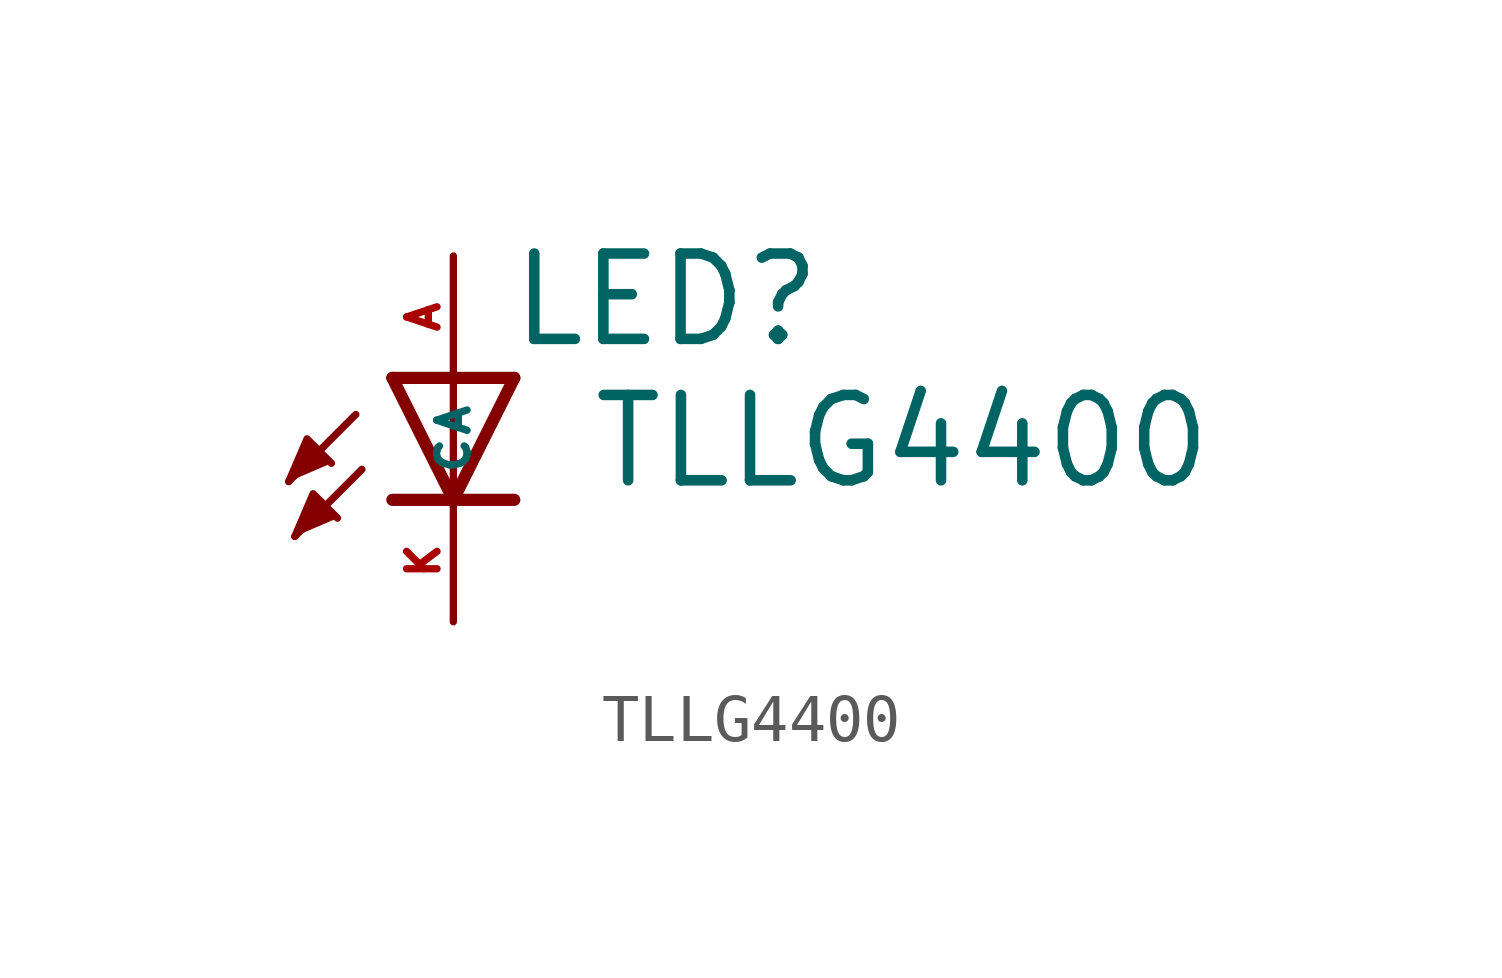
<source format=kicad_sym>
(kicad_symbol_lib
  (version 20220914)
  (generator kicad_symbol_editor)
  (symbol "TLLG4400"
    (property "Reference" "LED"
      (at 1.118 0.584 0)
      (effects (font (size 1.778 1.778) (thickness 0.22)) (justify left bottom)))
    (property "Value" "TLLG4400"
      (at 2.819 -2.362 0)
      (effects (font (size 1.778 1.778) (thickness 0.22)) (justify left bottom)))
    (symbol "TLLG4400_1_1"
      (polyline (pts (xy -2.032 -0.762) (xy -3.429 -2.159)) (stroke (width 0.152) (type default)) (fill (type none)))
      (polyline (pts (xy -1.905 -1.905) (xy -3.302 -3.302)) (stroke (width 0.152) (type default)) (fill (type none)))
      (polyline (pts (xy 0 -2.54) (xy -1.27 -2.54)) (stroke (width 0.254) (type default)) (fill (type none)))
      (polyline (pts (xy 0 -2.54) (xy -1.27 0)) (stroke (width 0.254) (type default)) (fill (type none)))
      (polyline (pts (xy 0 0) (xy -1.27 0)) (stroke (width 0.254) (type default)) (fill (type none)))
      (polyline (pts (xy 0 0) (xy 0 -2.54)) (stroke (width 0.152) (type default)) (fill (type none)))
      (polyline (pts (xy 1.27 -2.54) (xy 0 -2.54)) (stroke (width 0.254) (type default)) (fill (type none)))
      (polyline (pts (xy 1.27 0) (xy 0 -2.54)) (stroke (width 0.254) (type default)) (fill (type none)))
      (polyline (pts (xy 1.27 0) (xy 0 0)) (stroke (width 0.254) (type default)) (fill (type none)))
      (polyline (pts (xy -3.429 -2.159) (xy -3.048 -1.27) (xy -2.54 -1.778)) (stroke (width 0.152) (type default)) (fill (type outline)))
      (polyline (pts (xy -3.302 -3.302) (xy -2.921 -2.413) (xy -2.413 -2.921)) (stroke (width 0.152) (type default)) (fill (type outline)))
      (pin passive line (at 0 2.54 270) (length 2.54) (name "A" (effects (font (size 0.635 0.635)))) (number "A" (effects (font (size 0.635 0.635)))))
      (pin passive line (at 0 -5.08 90) (length 2.54) (name "C" (effects (font (size 0.635 0.635)))) (number "K" (effects (font (size 0.635 0.635))))))))
</source>
